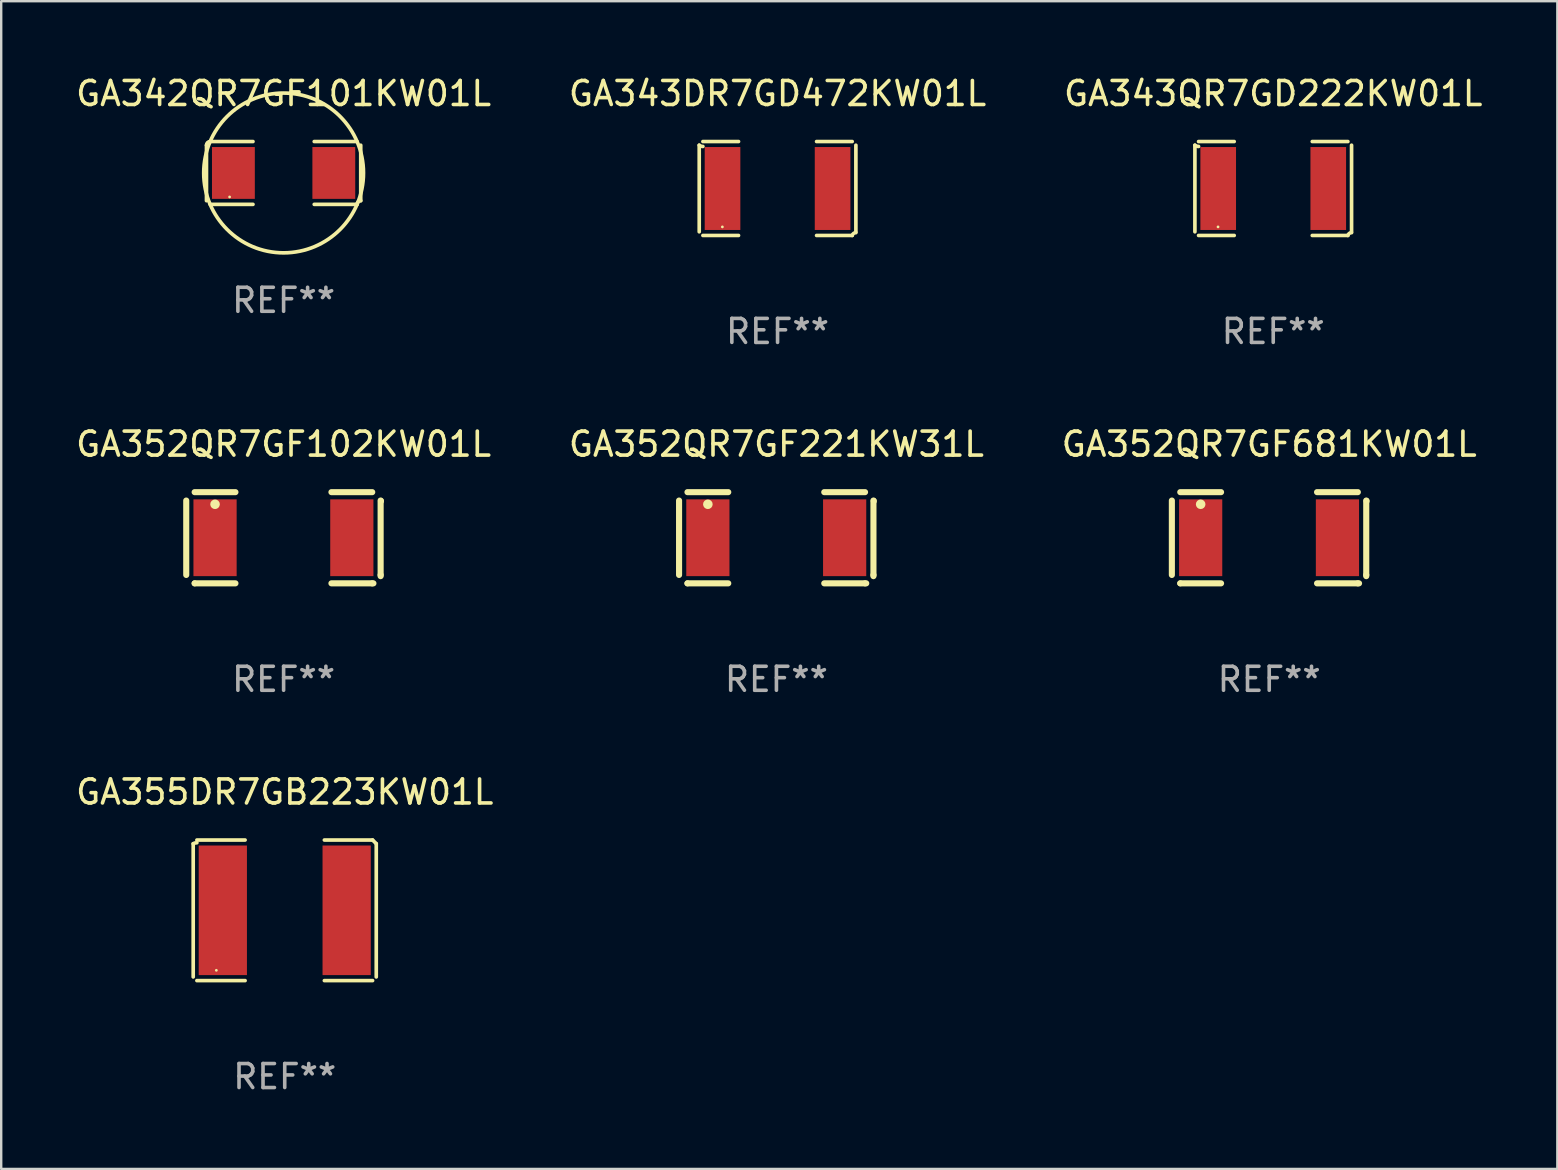
<source format=kicad_pcb>
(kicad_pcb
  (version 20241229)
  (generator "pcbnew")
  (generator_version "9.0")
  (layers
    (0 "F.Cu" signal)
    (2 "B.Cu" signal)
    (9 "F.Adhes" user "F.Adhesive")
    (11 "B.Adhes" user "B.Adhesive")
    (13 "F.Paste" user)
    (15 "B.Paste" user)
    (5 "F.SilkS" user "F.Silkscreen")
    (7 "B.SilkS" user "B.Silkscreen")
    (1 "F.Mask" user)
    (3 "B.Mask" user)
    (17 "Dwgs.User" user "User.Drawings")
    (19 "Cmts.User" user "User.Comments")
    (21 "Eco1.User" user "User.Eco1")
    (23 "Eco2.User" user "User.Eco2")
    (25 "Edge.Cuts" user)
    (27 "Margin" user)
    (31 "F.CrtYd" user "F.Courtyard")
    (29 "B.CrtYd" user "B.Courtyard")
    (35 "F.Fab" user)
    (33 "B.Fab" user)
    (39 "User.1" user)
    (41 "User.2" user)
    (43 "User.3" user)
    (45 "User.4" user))
  (footprint "GA342QR7GF101KW01L"
    (layer "F.Cu")
    (at 8.768 4.157)
    (property "Reference" "GA342QR7GF101KW01L" (at 0 -3.309 0) (layer "F.SilkS") (effects (font (size 1 1) (thickness 0.15))))
    (attr through_hole)
    (fp_line (start -3.214 -1.156) (end -3.214 1.156) (stroke (width 0.152) (type solid)) (layer "F.SilkS"))
    (fp_line (start -3.061 1.309) (end -1.276 1.309) (stroke (width 0.152) (type solid)) (layer "F.SilkS"))
    (fp_line (start -1.276 -1.309) (end -3.061 -1.309) (stroke (width 0.152) (type solid)) (layer "F.SilkS"))
    (fp_line (start 1.276 -1.309) (end 3.061 -1.309) (stroke (width 0.152) (type solid)) (layer "F.SilkS"))
    (fp_line (start 3.061 1.309) (end 1.276 1.309) (stroke (width 0.152) (type solid)) (layer "F.SilkS"))
    (fp_line (start 3.214 -1.156) (end 3.214 1.156) (stroke (width 0.152) (type solid)) (layer "F.SilkS"))
    (fp_arc (start -3.21359 -1.15621) (mid -3.168953 -1.263974) (end -3.061189 -1.308611) (stroke (width 0.1524) (type solid)) (layer "F.SilkS"))
    (fp_arc (start 3.061188 1.308611) (mid 3.105825 1.200847) (end 3.213589 1.15621) (stroke (width 0.1524) (type solid)) (layer "F.SilkS"))
    (fp_arc (start 3.061189 -1.308611) (mid -3.061167 1.308589) (end 3.061189 -1.308611) (stroke (width 0.1524) (type solid)) (layer "F.SilkS"))
    (fp_circle (center -2.25 1) (end -2.22 1) (stroke (width 0.06) (type solid)) (fill no) (layer "F.SilkS"))
    (fp_text user "REF**" (at 0 5.309 0) (layer "F.Fab") (effects (font (size 1 1) (thickness 0.15))))
    (pad "1" smd rect (at -2.092 0) (size 1.785 2.16) (layers "F.Cu" "F.Mask" "F.Paste"))
    (pad "2" smd rect (at 2.092 0) (size 1.785 2.16) (layers "F.Cu" "F.Mask" "F.Paste")))
  (footprint "GA352QR7GF221KW31L"
    (layer "F.Cu")
    (at 29.304 19.358)
    (property "Reference" "GA352QR7GF221KW31L" (at 0 -3.9 0) (layer "F.SilkS") (effects (font (size 1 1) (thickness 0.15))))
    (attr through_hole)
    (fp_line (start -4.057 -1.55) (end -4.057 1.55) (stroke (width 0.254) (type solid)) (layer "F.SilkS"))
    (fp_line (start -3.707 1.9) (end -3.707 1.9) (stroke (width 0.254) (type solid)) (layer "F.SilkS"))
    (fp_line (start -2.007 -1.9) (end -3.707 -1.9) (stroke (width 0.254) (type solid)) (layer "F.SilkS"))
    (fp_line (start -2.007 1.9) (end -3.707 1.9) (stroke (width 0.254) (type solid)) (layer "F.SilkS"))
    (fp_line (start 1.993 -1.9) (end 3.693 -1.9) (stroke (width 0.254) (type solid)) (layer "F.SilkS"))
    (fp_line (start 1.993 1.9) (end 3.693 1.9) (stroke (width 0.254) (type solid)) (layer "F.SilkS"))
    (fp_line (start 3.743 1.9) (end 3.693 1.9) (stroke (width 0.254) (type solid)) (layer "F.SilkS"))
    (fp_line (start 4.043 -1.55) (end 4.043 1.55) (stroke (width 0.254) (type solid)) (layer "F.SilkS"))
    (fp_line (start 4.043 1.6) (end 4.043 1.55) (stroke (width 0.254) (type solid)) (layer "F.SilkS"))
    (fp_line (start 4.057 -1.536) (end 4.057 -1.524) (stroke (width 0.254) (type solid)) (layer "F.SilkS"))
    (fp_circle (center -2.857 -1.395) (end -2.757 -1.395) (stroke (width 0.2) (type solid)) (fill no) (layer "F.SilkS"))
    (fp_text user "REF**" (at 0 5.9 0) (layer "F.Fab") (effects (font (size 1 1) (thickness 0.15))))
    (pad "1" smd rect (at -2.857 0 90) (size 3.2 1.8) (layers "F.Cu" "F.Mask" "F.Paste"))
    (pad "2" smd rect (at 2.843 0 90) (size 3.2 1.8) (layers "F.Cu" "F.Mask" "F.Paste")))
  (footprint "GA352QR7GF681KW01L"
    (layer "F.Cu")
    (at 49.839 19.358)
    (property "Reference" "GA352QR7GF681KW01L" (at 0 -3.9 0) (layer "F.SilkS") (effects (font (size 1 1) (thickness 0.15))))
    (attr through_hole)
    (fp_line (start -4.057 -1.55) (end -4.057 1.55) (stroke (width 0.254) (type solid)) (layer "F.SilkS"))
    (fp_line (start -3.707 1.9) (end -3.707 1.9) (stroke (width 0.254) (type solid)) (layer "F.SilkS"))
    (fp_line (start -2.007 -1.9) (end -3.707 -1.9) (stroke (width 0.254) (type solid)) (layer "F.SilkS"))
    (fp_line (start -2.007 1.9) (end -3.707 1.9) (stroke (width 0.254) (type solid)) (layer "F.SilkS"))
    (fp_line (start 1.993 -1.9) (end 3.693 -1.9) (stroke (width 0.254) (type solid)) (layer "F.SilkS"))
    (fp_line (start 1.993 1.9) (end 3.693 1.9) (stroke (width 0.254) (type solid)) (layer "F.SilkS"))
    (fp_line (start 3.743 1.9) (end 3.693 1.9) (stroke (width 0.254) (type solid)) (layer "F.SilkS"))
    (fp_line (start 4.043 -1.55) (end 4.043 1.55) (stroke (width 0.254) (type solid)) (layer "F.SilkS"))
    (fp_line (start 4.043 1.6) (end 4.043 1.55) (stroke (width 0.254) (type solid)) (layer "F.SilkS"))
    (fp_line (start 4.057 -1.536) (end 4.057 -1.524) (stroke (width 0.254) (type solid)) (layer "F.SilkS"))
    (fp_circle (center -2.857 -1.395) (end -2.757 -1.395) (stroke (width 0.2) (type solid)) (fill no) (layer "F.SilkS"))
    (fp_text user "REF**" (at 0 5.9 0) (layer "F.Fab") (effects (font (size 1 1) (thickness 0.15))))
    (pad "1" smd rect (at -2.857 0 90) (size 3.2 1.8) (layers "F.Cu" "F.Mask" "F.Paste"))
    (pad "2" smd rect (at 2.843 0 90) (size 3.2 1.8) (layers "F.Cu" "F.Mask" "F.Paste")))
  (footprint "GA355DR7GB223KW01L"
    (layer "F.Cu")
    (at 8.815 34.883)
    (property "Reference" "GA355DR7GB223KW01L" (at 0 -4.929 0) (layer "F.SilkS") (effects (font (size 1 1) (thickness 0.15))))
    (attr through_hole)
    (fp_line (start -3.814 2.776) (end -3.814 -2.776) (stroke (width 0.152) (type solid)) (layer "F.SilkS"))
    (fp_line (start -3.661 -2.929) (end -1.651 -2.929) (stroke (width 0.152) (type solid)) (layer "F.SilkS"))
    (fp_line (start -1.651 2.929) (end -3.661 2.929) (stroke (width 0.152) (type solid)) (layer "F.SilkS"))
    (fp_line (start 1.651 2.929) (end 3.661 2.929) (stroke (width 0.152) (type solid)) (layer "F.SilkS"))
    (fp_line (start 3.661 -2.929) (end 1.651 -2.929) (stroke (width 0.152) (type solid)) (layer "F.SilkS"))
    (fp_line (start 3.814 2.776) (end 3.814 -2.776) (stroke (width 0.152) (type solid)) (layer "F.SilkS"))
    (fp_arc (start -3.813614 -2.7762) (mid -3.739925 -2.805625) (end -3.661214 -2.815646) (stroke (width 0.1524) (type solid)) (layer "F.SilkS"))
    (fp_arc (start 3.661214 -2.9286) (mid 3.737425 -2.852411) (end 3.813614 -2.7762) (stroke (width 0.1524) (type solid)) (layer "F.SilkS"))
    (fp_circle (center -2.85 2.5) (end -2.82 2.5) (stroke (width 0.06) (type solid)) (fill no) (layer "F.SilkS"))
    (fp_text user "REF**" (at 0 6.929 0) (layer "F.Fab") (effects (font (size 1 1) (thickness 0.15))))
    (pad "1" smd rect (at -2.58 0) (size 2.01 5.4) (layers "F.Cu" "F.Mask" "F.Paste"))
    (pad "2" smd rect (at 2.58 0) (size 2.01 5.4) (layers "F.Cu" "F.Mask" "F.Paste")))
  (footprint "GA343DR7GD472KW01L"
    (layer "F.Cu")
    (at 29.351 4.805)
    (property "Reference" "GA343DR7GD472KW01L" (at 0 -3.957 0) (layer "F.SilkS") (effects (font (size 1 1) (thickness 0.15))))
    (attr through_hole)
    (fp_line (start -3.264 1.804) (end -3.264 -1.804) (stroke (width 0.152) (type solid)) (layer "F.SilkS"))
    (fp_line (start -3.111 -1.957) (end -1.626 -1.957) (stroke (width 0.152) (type solid)) (layer "F.SilkS"))
    (fp_line (start -1.626 1.957) (end -3.111 1.957) (stroke (width 0.152) (type solid)) (layer "F.SilkS"))
    (fp_line (start 1.626 1.957) (end 3.111 1.957) (stroke (width 0.152) (type solid)) (layer "F.SilkS"))
    (fp_line (start 3.111 -1.957) (end 1.626 -1.957) (stroke (width 0.152) (type solid)) (layer "F.SilkS"))
    (fp_line (start 3.264 1.804) (end 3.264 -1.804) (stroke (width 0.152) (type solid)) (layer "F.SilkS"))
    (fp_arc (start -3.111202 -1.752192) (mid -3.191715 -1.76555) (end -3.263602 -1.804191) (stroke (width 0.1524) (type solid)) (layer "F.SilkS"))
    (fp_arc (start 3.111201 1.956591) (mid 3.167789 1.872777) (end 3.263602 1.840424) (stroke (width 0.1524) (type solid)) (layer "F.SilkS"))
    (fp_circle (center -2.3 1.6) (end -2.27 1.6) (stroke (width 0.06) (type solid)) (fill no) (layer "F.SilkS"))
    (fp_text user "REF**" (at 0 5.957 0) (layer "F.Fab") (effects (font (size 1 1) (thickness 0.15))))
    (pad "1" smd rect (at -2.293 0) (size 1.485 3.456) (layers "F.Cu" "F.Mask" "F.Paste"))
    (pad "2" smd rect (at 2.293 0) (size 1.485 3.456) (layers "F.Cu" "F.Mask" "F.Paste")))
  (footprint "GA352QR7GF102KW01L"
    (layer "F.Cu")
    (at 8.768 19.358)
    (property "Reference" "GA352QR7GF102KW01L" (at 0 -3.9 0) (layer "F.SilkS") (effects (font (size 1 1) (thickness 0.15))))
    (attr through_hole)
    (fp_line (start -4.057 -1.55) (end -4.057 1.55) (stroke (width 0.254) (type solid)) (layer "F.SilkS"))
    (fp_line (start -3.707 1.9) (end -3.707 1.9) (stroke (width 0.254) (type solid)) (layer "F.SilkS"))
    (fp_line (start -2.007 -1.9) (end -3.707 -1.9) (stroke (width 0.254) (type solid)) (layer "F.SilkS"))
    (fp_line (start -2.007 1.9) (end -3.707 1.9) (stroke (width 0.254) (type solid)) (layer "F.SilkS"))
    (fp_line (start 1.993 -1.9) (end 3.693 -1.9) (stroke (width 0.254) (type solid)) (layer "F.SilkS"))
    (fp_line (start 1.993 1.9) (end 3.693 1.9) (stroke (width 0.254) (type solid)) (layer "F.SilkS"))
    (fp_line (start 3.743 1.9) (end 3.693 1.9) (stroke (width 0.254) (type solid)) (layer "F.SilkS"))
    (fp_line (start 4.043 -1.55) (end 4.043 1.55) (stroke (width 0.254) (type solid)) (layer "F.SilkS"))
    (fp_line (start 4.043 1.6) (end 4.043 1.55) (stroke (width 0.254) (type solid)) (layer "F.SilkS"))
    (fp_line (start 4.057 -1.536) (end 4.057 -1.524) (stroke (width 0.254) (type solid)) (layer "F.SilkS"))
    (fp_circle (center -2.857 -1.395) (end -2.757 -1.395) (stroke (width 0.2) (type solid)) (fill no) (layer "F.SilkS"))
    (fp_text user "REF**" (at 0 5.9 0) (layer "F.Fab") (effects (font (size 1 1) (thickness 0.15))))
    (pad "1" smd rect (at -2.857 0 90) (size 3.2 1.8) (layers "F.Cu" "F.Mask" "F.Paste"))
    (pad "2" smd rect (at 2.843 0 90) (size 3.2 1.8) (layers "F.Cu" "F.Mask" "F.Paste")))
  (footprint "GA343QR7GD222KW01L"
    (layer "F.Cu")
    (at 50.006 4.805)
    (property "Reference" "GA343QR7GD222KW01L" (at 0 -3.957 0) (layer "F.SilkS") (effects (font (size 1 1) (thickness 0.15))))
    (attr through_hole)
    (fp_line (start -3.264 1.804) (end -3.264 -1.804) (stroke (width 0.152) (type solid)) (layer "F.SilkS"))
    (fp_line (start -3.111 -1.957) (end -1.626 -1.957) (stroke (width 0.152) (type solid)) (layer "F.SilkS"))
    (fp_line (start -1.626 1.957) (end -3.111 1.957) (stroke (width 0.152) (type solid)) (layer "F.SilkS"))
    (fp_line (start 1.626 1.957) (end 3.111 1.957) (stroke (width 0.152) (type solid)) (layer "F.SilkS"))
    (fp_line (start 3.111 -1.957) (end 1.626 -1.957) (stroke (width 0.152) (type solid)) (layer "F.SilkS"))
    (fp_line (start 3.264 1.804) (end 3.264 -1.804) (stroke (width 0.152) (type solid)) (layer "F.SilkS"))
    (fp_arc (start -3.111202 -1.752192) (mid -3.191715 -1.76555) (end -3.263602 -1.804191) (stroke (width 0.1524) (type solid)) (layer "F.SilkS"))
    (fp_arc (start 3.111201 1.956591) (mid 3.167789 1.872777) (end 3.263602 1.840424) (stroke (width 0.1524) (type solid)) (layer "F.SilkS"))
    (fp_circle (center -2.3 1.6) (end -2.27 1.6) (stroke (width 0.06) (type solid)) (fill no) (layer "F.SilkS"))
    (fp_text user "REF**" (at 0 5.957 0) (layer "F.Fab") (effects (font (size 1 1) (thickness 0.15))))
    (pad "1" smd rect (at -2.293 0) (size 1.485 3.456) (layers "F.Cu" "F.Mask" "F.Paste"))
    (pad "2" smd rect (at 2.293 0) (size 1.485 3.456) (layers "F.Cu" "F.Mask" "F.Paste")))
  (gr_rect
    (start -3 -3)
    (end 61.845 45.66)
    (stroke (width 0.1) (type default))
    (fill no)
    (layer "Edge.Cuts")))
</source>
